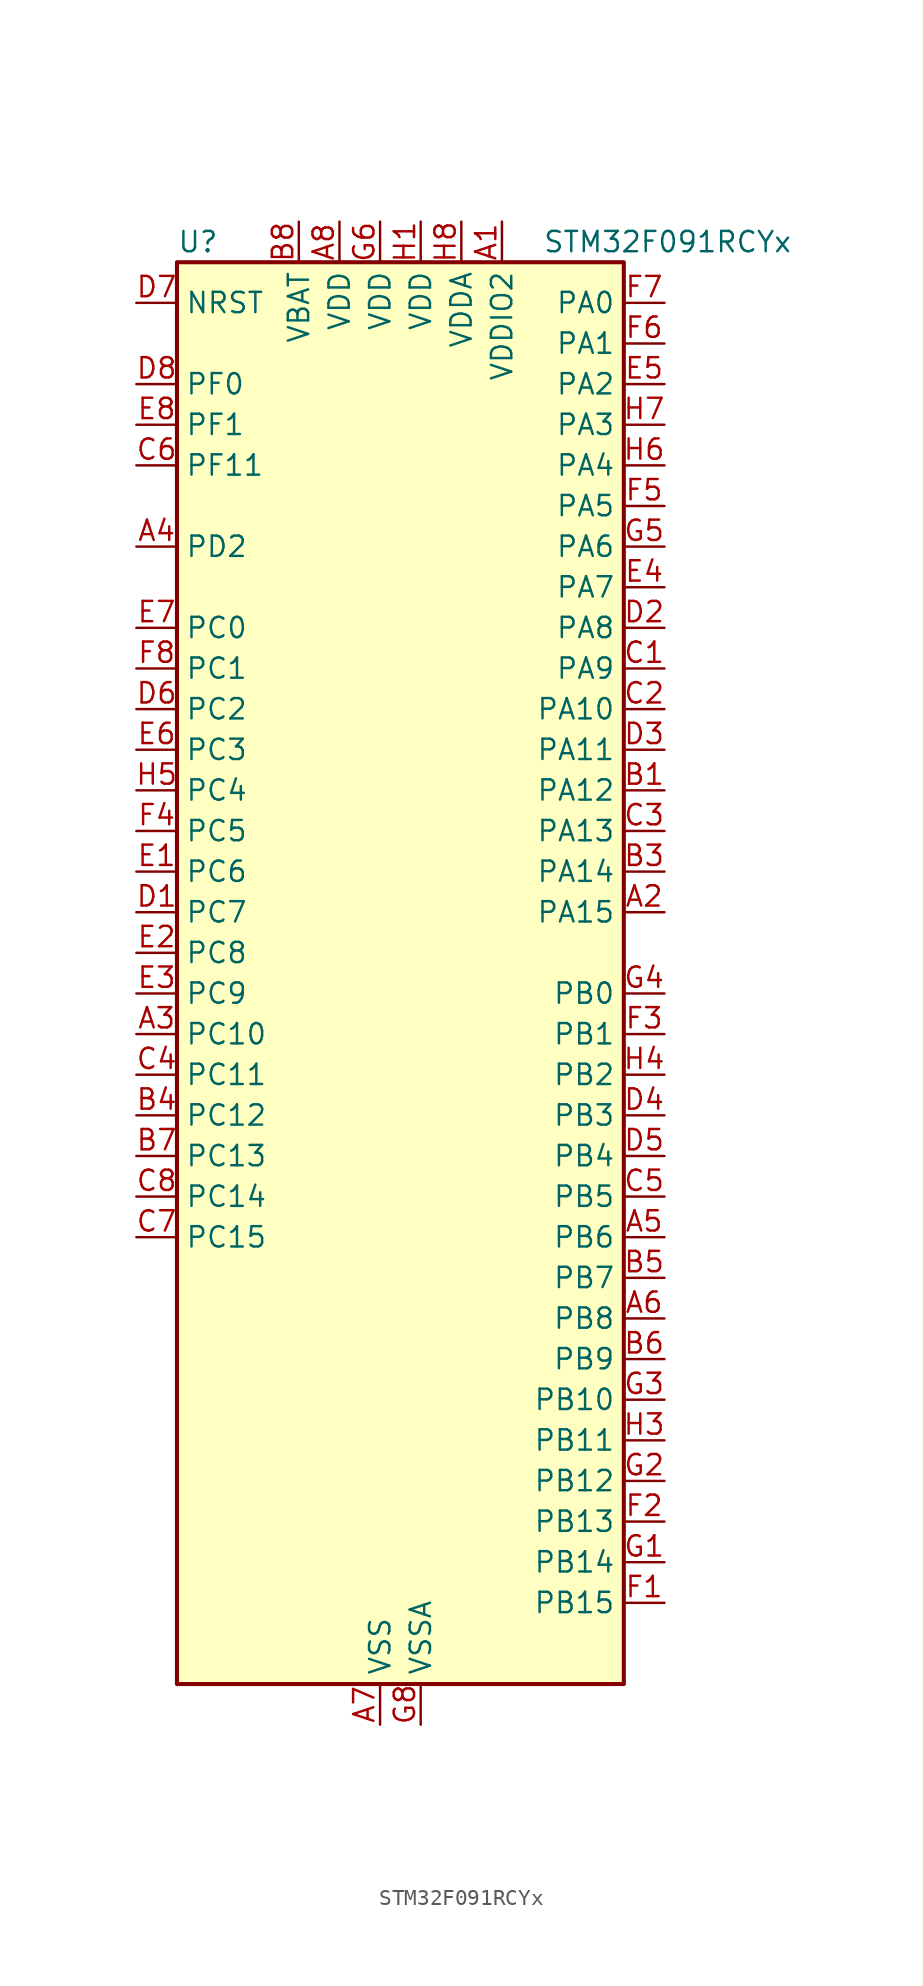
<source format=kicad_sym>
(kicad_symbol_lib
  (version 20231120)
  (generator "kicad_symbol_editor")
  (generator_version "8.0")
  (symbol "STM32F091RCYx"
    (property "Reference" "U"
      (at -12.7 46.99 0)
      (effects (font (size 1.27 1.27)) (justify left)))
    (property "Value" "STM32F091RCYx"
      (at 10.16 46.99 0)
      (effects (font (size 1.27 1.27)) (justify left)))
    (property "ki_locked" ""
      (at 0 0 0)
      (effects (font (size 1.27 1.27))))
    (symbol "STM32F091RCYx_0_1"
      (rectangle (start -12.7 -43.18) (end 15.24 45.72) (stroke (width 0.254) (type default)) (fill (type background))))
    (symbol "STM32F091RCYx_1_1"
      (pin power_in line (at 7.62 48.26 270) (length 2.54) (name "VDDIO2" (effects (font (size 1.27 1.27)))) (number "A1" (effects (font (size 1.27 1.27)))))
      (pin bidirectional line (at 17.78 5.08 180) (length 2.54) (name "PA15" (effects (font (size 1.27 1.27)))) (number "A2" (effects (font (size 1.27 1.27)))) (alternate "I2S1_WS" bidirectional line) (alternate "SPI1_NSS" bidirectional line) (alternate "TIM2_CH1" bidirectional line) (alternate "TIM2_ETR" bidirectional line) (alternate "USART2_RX" bidirectional line) (alternate "USART4_DE" bidirectional line) (alternate "USART4_RTS" bidirectional line))
      (pin bidirectional line (at -15.24 -2.54 0) (length 2.54) (name "PC10" (effects (font (size 1.27 1.27)))) (number "A3" (effects (font (size 1.27 1.27)))) (alternate "USART3_TX" bidirectional line) (alternate "USART4_TX" bidirectional line))
      (pin bidirectional line (at -15.24 27.94 0) (length 2.54) (name "PD2" (effects (font (size 1.27 1.27)))) (number "A4" (effects (font (size 1.27 1.27)))) (alternate "TIM3_ETR" bidirectional line) (alternate "USART3_DE" bidirectional line) (alternate "USART3_RTS" bidirectional line) (alternate "USART5_RX" bidirectional line))
      (pin bidirectional line (at 17.78 -15.24 180) (length 2.54) (name "PB6" (effects (font (size 1.27 1.27)))) (number "A5" (effects (font (size 1.27 1.27)))) (alternate "I2C1_SCL" bidirectional line) (alternate "TIM16_CH1N" bidirectional line) (alternate "TSC_G5_IO3" bidirectional line) (alternate "USART1_TX" bidirectional line))
      (pin bidirectional line (at 17.78 -20.32 180) (length 2.54) (name "PB8" (effects (font (size 1.27 1.27)))) (number "A6" (effects (font (size 1.27 1.27)))) (alternate "CAN_RX" bidirectional line) (alternate "CEC" bidirectional line) (alternate "I2C1_SCL" bidirectional line) (alternate "TIM16_CH1" bidirectional line) (alternate "TSC_SYNC" bidirectional line))
      (pin power_in line (at 0 -45.72 90) (length 2.54) (name "VSS" (effects (font (size 1.27 1.27)))) (number "A7" (effects (font (size 1.27 1.27)))))
      (pin power_in line (at -2.54 48.26 270) (length 2.54) (name "VDD" (effects (font (size 1.27 1.27)))) (number "A8" (effects (font (size 1.27 1.27)))))
      (pin bidirectional line (at 17.78 12.7 180) (length 2.54) (name "PA12" (effects (font (size 1.27 1.27)))) (number "B1" (effects (font (size 1.27 1.27)))) (alternate "CAN_TX" bidirectional line) (alternate "COMP2_OUT" bidirectional line) (alternate "I2C2_SDA" bidirectional line) (alternate "TIM1_ETR" bidirectional line) (alternate "TSC_G4_IO4" bidirectional line) (alternate "USART1_DE" bidirectional line) (alternate "USART1_RTS" bidirectional line))
      (pin passive line (at 0 -45.72 90) (length 2.54) hide (name "VSS" (effects (font (size 1.27 1.27)))) (number "B2" (effects (font (size 1.27 1.27)))))
      (pin bidirectional line (at 17.78 7.62 180) (length 2.54) (name "PA14" (effects (font (size 1.27 1.27)))) (number "B3" (effects (font (size 1.27 1.27)))) (alternate "SYS_SWCLK" bidirectional line) (alternate "USART2_TX" bidirectional line))
      (pin bidirectional line (at -15.24 -7.62 0) (length 2.54) (name "PC12" (effects (font (size 1.27 1.27)))) (number "B4" (effects (font (size 1.27 1.27)))) (alternate "USART3_CK" bidirectional line) (alternate "USART4_CK" bidirectional line) (alternate "USART5_TX" bidirectional line))
      (pin bidirectional line (at 17.78 -17.78 180) (length 2.54) (name "PB7" (effects (font (size 1.27 1.27)))) (number "B5" (effects (font (size 1.27 1.27)))) (alternate "I2C1_SDA" bidirectional line) (alternate "TIM17_CH1N" bidirectional line) (alternate "TSC_G5_IO4" bidirectional line) (alternate "USART1_RX" bidirectional line) (alternate "USART4_CTS" bidirectional line))
      (pin bidirectional line (at 17.78 -22.86 180) (length 2.54) (name "PB9" (effects (font (size 1.27 1.27)))) (number "B6" (effects (font (size 1.27 1.27)))) (alternate "CAN_TX" bidirectional line) (alternate "DAC_EXTI9" bidirectional line) (alternate "I2C1_SDA" bidirectional line) (alternate "I2S2_WS" bidirectional line) (alternate "IR_OUT" bidirectional line) (alternate "SPI2_NSS" bidirectional line) (alternate "TIM17_CH1" bidirectional line))
      (pin bidirectional line (at -15.24 -10.16 0) (length 2.54) (name "PC13" (effects (font (size 1.27 1.27)))) (number "B7" (effects (font (size 1.27 1.27)))) (alternate "RTC_OUT_ALARM" bidirectional line) (alternate "RTC_OUT_CALIB" bidirectional line) (alternate "RTC_TAMP1" bidirectional line) (alternate "RTC_TS" bidirectional line) (alternate "SYS_WKUP2" bidirectional line))
      (pin power_in line (at -5.08 48.26 270) (length 2.54) (name "VBAT" (effects (font (size 1.27 1.27)))) (number "B8" (effects (font (size 1.27 1.27)))))
      (pin bidirectional line (at 17.78 20.32 180) (length 2.54) (name "PA9" (effects (font (size 1.27 1.27)))) (number "C1" (effects (font (size 1.27 1.27)))) (alternate "DAC_EXTI9" bidirectional line) (alternate "I2C1_SCL" bidirectional line) (alternate "RCC_MCO" bidirectional line) (alternate "TIM15_BKIN" bidirectional line) (alternate "TIM1_CH2" bidirectional line) (alternate "TSC_G4_IO1" bidirectional line) (alternate "USART1_TX" bidirectional line))
      (pin bidirectional line (at 17.78 17.78 180) (length 2.54) (name "PA10" (effects (font (size 1.27 1.27)))) (number "C2" (effects (font (size 1.27 1.27)))) (alternate "I2C1_SDA" bidirectional line) (alternate "TIM17_BKIN" bidirectional line) (alternate "TIM1_CH3" bidirectional line) (alternate "TSC_G4_IO2" bidirectional line) (alternate "USART1_RX" bidirectional line))
      (pin bidirectional line (at 17.78 10.16 180) (length 2.54) (name "PA13" (effects (font (size 1.27 1.27)))) (number "C3" (effects (font (size 1.27 1.27)))) (alternate "IR_OUT" bidirectional line) (alternate "SYS_SWDIO" bidirectional line))
      (pin bidirectional line (at -15.24 -5.08 0) (length 2.54) (name "PC11" (effects (font (size 1.27 1.27)))) (number "C4" (effects (font (size 1.27 1.27)))) (alternate "USART3_RX" bidirectional line) (alternate "USART4_RX" bidirectional line))
      (pin bidirectional line (at 17.78 -12.7 180) (length 2.54) (name "PB5" (effects (font (size 1.27 1.27)))) (number "C5" (effects (font (size 1.27 1.27)))) (alternate "I2C1_SMBA" bidirectional line) (alternate "I2S1_SD" bidirectional line) (alternate "SPI1_MOSI" bidirectional line) (alternate "SYS_WKUP6" bidirectional line) (alternate "TIM16_BKIN" bidirectional line) (alternate "TIM3_CH2" bidirectional line) (alternate "USART5_CK" bidirectional line) (alternate "USART5_DE" bidirectional line) (alternate "USART5_RTS" bidirectional line))
      (pin bidirectional line (at -15.24 33.02 0) (length 2.54) (name "PF11" (effects (font (size 1.27 1.27)))) (number "C6" (effects (font (size 1.27 1.27)))))
      (pin bidirectional line (at -15.24 -15.24 0) (length 2.54) (name "PC15" (effects (font (size 1.27 1.27)))) (number "C7" (effects (font (size 1.27 1.27)))) (alternate "RCC_OSC32_OUT" bidirectional line))
      (pin bidirectional line (at -15.24 -12.7 0) (length 2.54) (name "PC14" (effects (font (size 1.27 1.27)))) (number "C8" (effects (font (size 1.27 1.27)))) (alternate "RCC_OSC32_IN" bidirectional line))
      (pin bidirectional line (at -15.24 5.08 0) (length 2.54) (name "PC7" (effects (font (size 1.27 1.27)))) (number "D1" (effects (font (size 1.27 1.27)))) (alternate "TIM3_CH2" bidirectional line) (alternate "USART7_RX" bidirectional line))
      (pin bidirectional line (at 17.78 22.86 180) (length 2.54) (name "PA8" (effects (font (size 1.27 1.27)))) (number "D2" (effects (font (size 1.27 1.27)))) (alternate "CRS_SYNC" bidirectional line) (alternate "RCC_MCO" bidirectional line) (alternate "TIM1_CH1" bidirectional line) (alternate "USART1_CK" bidirectional line))
      (pin bidirectional line (at 17.78 15.24 180) (length 2.54) (name "PA11" (effects (font (size 1.27 1.27)))) (number "D3" (effects (font (size 1.27 1.27)))) (alternate "CAN_RX" bidirectional line) (alternate "COMP1_OUT" bidirectional line) (alternate "I2C2_SCL" bidirectional line) (alternate "TIM1_CH4" bidirectional line) (alternate "TSC_G4_IO3" bidirectional line) (alternate "USART1_CTS" bidirectional line))
      (pin bidirectional line (at 17.78 -7.62 180) (length 2.54) (name "PB3" (effects (font (size 1.27 1.27)))) (number "D4" (effects (font (size 1.27 1.27)))) (alternate "I2S1_CK" bidirectional line) (alternate "SPI1_SCK" bidirectional line) (alternate "TIM2_CH2" bidirectional line) (alternate "TSC_G5_IO1" bidirectional line) (alternate "USART5_TX" bidirectional line))
      (pin bidirectional line (at 17.78 -10.16 180) (length 2.54) (name "PB4" (effects (font (size 1.27 1.27)))) (number "D5" (effects (font (size 1.27 1.27)))) (alternate "I2S1_MCK" bidirectional line) (alternate "SPI1_MISO" bidirectional line) (alternate "TIM17_BKIN" bidirectional line) (alternate "TIM3_CH1" bidirectional line) (alternate "TSC_G5_IO2" bidirectional line) (alternate "USART5_RX" bidirectional line))
      (pin bidirectional line (at -15.24 17.78 0) (length 2.54) (name "PC2" (effects (font (size 1.27 1.27)))) (number "D6" (effects (font (size 1.27 1.27)))) (alternate "ADC_IN12" bidirectional line) (alternate "I2S2_MCK" bidirectional line) (alternate "SPI2_MISO" bidirectional line) (alternate "USART8_TX" bidirectional line))
      (pin input line (at -15.24 43.18 0) (length 2.54) (name "NRST" (effects (font (size 1.27 1.27)))) (number "D7" (effects (font (size 1.27 1.27)))))
      (pin bidirectional line (at -15.24 38.1 0) (length 2.54) (name "PF0" (effects (font (size 1.27 1.27)))) (number "D8" (effects (font (size 1.27 1.27)))) (alternate "CRS_SYNC" bidirectional line) (alternate "I2C1_SDA" bidirectional line) (alternate "RCC_OSC_IN" bidirectional line))
      (pin bidirectional line (at -15.24 7.62 0) (length 2.54) (name "PC6" (effects (font (size 1.27 1.27)))) (number "E1" (effects (font (size 1.27 1.27)))) (alternate "TIM3_CH1" bidirectional line) (alternate "USART7_TX" bidirectional line))
      (pin bidirectional line (at -15.24 2.54 0) (length 2.54) (name "PC8" (effects (font (size 1.27 1.27)))) (number "E2" (effects (font (size 1.27 1.27)))) (alternate "TIM3_CH3" bidirectional line) (alternate "USART8_TX" bidirectional line))
      (pin bidirectional line (at -15.24 0 0) (length 2.54) (name "PC9" (effects (font (size 1.27 1.27)))) (number "E3" (effects (font (size 1.27 1.27)))) (alternate "DAC_EXTI9" bidirectional line) (alternate "TIM3_CH4" bidirectional line) (alternate "USART8_RX" bidirectional line))
      (pin bidirectional line (at 17.78 25.4 180) (length 2.54) (name "PA7" (effects (font (size 1.27 1.27)))) (number "E4" (effects (font (size 1.27 1.27)))) (alternate "ADC_IN7" bidirectional line) (alternate "COMP2_OUT" bidirectional line) (alternate "I2S1_SD" bidirectional line) (alternate "SPI1_MOSI" bidirectional line) (alternate "TIM14_CH1" bidirectional line) (alternate "TIM17_CH1" bidirectional line) (alternate "TIM1_CH1N" bidirectional line) (alternate "TIM3_CH2" bidirectional line) (alternate "TSC_G2_IO4" bidirectional line))
      (pin bidirectional line (at 17.78 38.1 180) (length 2.54) (name "PA2" (effects (font (size 1.27 1.27)))) (number "E5" (effects (font (size 1.27 1.27)))) (alternate "ADC_IN2" bidirectional line) (alternate "COMP2_INM" bidirectional line) (alternate "COMP2_OUT" bidirectional line) (alternate "SYS_WKUP4" bidirectional line) (alternate "TIM15_CH1" bidirectional line) (alternate "TIM2_CH3" bidirectional line) (alternate "TSC_G1_IO3" bidirectional line) (alternate "USART2_TX" bidirectional line))
      (pin bidirectional line (at -15.24 15.24 0) (length 2.54) (name "PC3" (effects (font (size 1.27 1.27)))) (number "E6" (effects (font (size 1.27 1.27)))) (alternate "ADC_IN13" bidirectional line) (alternate "I2S2_SD" bidirectional line) (alternate "SPI2_MOSI" bidirectional line) (alternate "USART8_RX" bidirectional line))
      (pin bidirectional line (at -15.24 22.86 0) (length 2.54) (name "PC0" (effects (font (size 1.27 1.27)))) (number "E7" (effects (font (size 1.27 1.27)))) (alternate "ADC_IN10" bidirectional line) (alternate "USART6_TX" bidirectional line) (alternate "USART7_TX" bidirectional line))
      (pin bidirectional line (at -15.24 35.56 0) (length 2.54) (name "PF1" (effects (font (size 1.27 1.27)))) (number "E8" (effects (font (size 1.27 1.27)))) (alternate "I2C1_SCL" bidirectional line) (alternate "RCC_OSC_OUT" bidirectional line))
      (pin bidirectional line (at 17.78 -38.1 180) (length 2.54) (name "PB15" (effects (font (size 1.27 1.27)))) (number "F1" (effects (font (size 1.27 1.27)))) (alternate "I2S2_SD" bidirectional line) (alternate "RTC_REFIN" bidirectional line) (alternate "SPI2_MOSI" bidirectional line) (alternate "SYS_WKUP7" bidirectional line) (alternate "TIM15_CH1N" bidirectional line) (alternate "TIM15_CH2" bidirectional line) (alternate "TIM1_CH3N" bidirectional line))
      (pin bidirectional line (at 17.78 -33.02 180) (length 2.54) (name "PB13" (effects (font (size 1.27 1.27)))) (number "F2" (effects (font (size 1.27 1.27)))) (alternate "I2C2_SCL" bidirectional line) (alternate "I2S2_CK" bidirectional line) (alternate "SPI2_SCK" bidirectional line) (alternate "TIM1_CH1N" bidirectional line) (alternate "TSC_G6_IO3" bidirectional line) (alternate "USART3_CTS" bidirectional line))
      (pin bidirectional line (at 17.78 -2.54 180) (length 2.54) (name "PB1" (effects (font (size 1.27 1.27)))) (number "F3" (effects (font (size 1.27 1.27)))) (alternate "ADC_IN9" bidirectional line) (alternate "TIM14_CH1" bidirectional line) (alternate "TIM1_CH3N" bidirectional line) (alternate "TIM3_CH4" bidirectional line) (alternate "TSC_G3_IO3" bidirectional line) (alternate "USART3_DE" bidirectional line) (alternate "USART3_RTS" bidirectional line))
      (pin bidirectional line (at -15.24 10.16 0) (length 2.54) (name "PC5" (effects (font (size 1.27 1.27)))) (number "F4" (effects (font (size 1.27 1.27)))) (alternate "ADC_IN15" bidirectional line) (alternate "SYS_WKUP5" bidirectional line) (alternate "TSC_G3_IO1" bidirectional line) (alternate "USART3_RX" bidirectional line))
      (pin bidirectional line (at 17.78 30.48 180) (length 2.54) (name "PA5" (effects (font (size 1.27 1.27)))) (number "F5" (effects (font (size 1.27 1.27)))) (alternate "ADC_IN5" bidirectional line) (alternate "CEC" bidirectional line) (alternate "COMP1_INM" bidirectional line) (alternate "COMP2_INM" bidirectional line) (alternate "DAC_OUT2" bidirectional line) (alternate "I2S1_CK" bidirectional line) (alternate "SPI1_SCK" bidirectional line) (alternate "TIM2_CH1" bidirectional line) (alternate "TIM2_ETR" bidirectional line) (alternate "TSC_G2_IO2" bidirectional line) (alternate "USART6_RX" bidirectional line))
      (pin bidirectional line (at 17.78 40.64 180) (length 2.54) (name "PA1" (effects (font (size 1.27 1.27)))) (number "F6" (effects (font (size 1.27 1.27)))) (alternate "ADC_IN1" bidirectional line) (alternate "COMP1_INP" bidirectional line) (alternate "TIM15_CH1N" bidirectional line) (alternate "TIM2_CH2" bidirectional line) (alternate "TSC_G1_IO2" bidirectional line) (alternate "USART2_DE" bidirectional line) (alternate "USART2_RTS" bidirectional line) (alternate "USART4_RX" bidirectional line))
      (pin bidirectional line (at 17.78 43.18 180) (length 2.54) (name "PA0" (effects (font (size 1.27 1.27)))) (number "F7" (effects (font (size 1.27 1.27)))) (alternate "ADC_IN0" bidirectional line) (alternate "COMP1_INM" bidirectional line) (alternate "COMP1_OUT" bidirectional line) (alternate "RTC_TAMP2" bidirectional line) (alternate "SYS_WKUP1" bidirectional line) (alternate "TIM2_CH1" bidirectional line) (alternate "TIM2_ETR" bidirectional line) (alternate "TSC_G1_IO1" bidirectional line) (alternate "USART2_CTS" bidirectional line) (alternate "USART4_TX" bidirectional line))
      (pin bidirectional line (at -15.24 20.32 0) (length 2.54) (name "PC1" (effects (font (size 1.27 1.27)))) (number "F8" (effects (font (size 1.27 1.27)))) (alternate "ADC_IN11" bidirectional line) (alternate "USART6_RX" bidirectional line) (alternate "USART7_RX" bidirectional line))
      (pin bidirectional line (at 17.78 -35.56 180) (length 2.54) (name "PB14" (effects (font (size 1.27 1.27)))) (number "G1" (effects (font (size 1.27 1.27)))) (alternate "I2C2_SDA" bidirectional line) (alternate "I2S2_MCK" bidirectional line) (alternate "SPI2_MISO" bidirectional line) (alternate "TIM15_CH1" bidirectional line) (alternate "TIM1_CH2N" bidirectional line) (alternate "TSC_G6_IO4" bidirectional line) (alternate "USART3_DE" bidirectional line) (alternate "USART3_RTS" bidirectional line))
      (pin bidirectional line (at 17.78 -30.48 180) (length 2.54) (name "PB12" (effects (font (size 1.27 1.27)))) (number "G2" (effects (font (size 1.27 1.27)))) (alternate "I2S2_WS" bidirectional line) (alternate "SPI2_NSS" bidirectional line) (alternate "TIM15_BKIN" bidirectional line) (alternate "TIM1_BKIN" bidirectional line) (alternate "TSC_G6_IO2" bidirectional line) (alternate "USART3_CK" bidirectional line))
      (pin bidirectional line (at 17.78 -25.4 180) (length 2.54) (name "PB10" (effects (font (size 1.27 1.27)))) (number "G3" (effects (font (size 1.27 1.27)))) (alternate "CEC" bidirectional line) (alternate "I2C2_SCL" bidirectional line) (alternate "I2S2_CK" bidirectional line) (alternate "SPI2_SCK" bidirectional line) (alternate "TIM2_CH3" bidirectional line) (alternate "TSC_SYNC" bidirectional line) (alternate "USART3_TX" bidirectional line))
      (pin bidirectional line (at 17.78 0 180) (length 2.54) (name "PB0" (effects (font (size 1.27 1.27)))) (number "G4" (effects (font (size 1.27 1.27)))) (alternate "ADC_IN8" bidirectional line) (alternate "TIM1_CH2N" bidirectional line) (alternate "TIM3_CH3" bidirectional line) (alternate "TSC_G3_IO2" bidirectional line) (alternate "USART3_CK" bidirectional line))
      (pin bidirectional line (at 17.78 27.94 180) (length 2.54) (name "PA6" (effects (font (size 1.27 1.27)))) (number "G5" (effects (font (size 1.27 1.27)))) (alternate "ADC_IN6" bidirectional line) (alternate "COMP1_OUT" bidirectional line) (alternate "I2S1_MCK" bidirectional line) (alternate "SPI1_MISO" bidirectional line) (alternate "TIM16_CH1" bidirectional line) (alternate "TIM1_BKIN" bidirectional line) (alternate "TIM3_CH1" bidirectional line) (alternate "TSC_G2_IO3" bidirectional line) (alternate "USART3_CTS" bidirectional line))
      (pin power_in line (at 0 48.26 270) (length 2.54) (name "VDD" (effects (font (size 1.27 1.27)))) (number "G6" (effects (font (size 1.27 1.27)))))
      (pin passive line (at 0 -45.72 90) (length 2.54) hide (name "VSS" (effects (font (size 1.27 1.27)))) (number "G7" (effects (font (size 1.27 1.27)))))
      (pin power_in line (at 2.54 -45.72 90) (length 2.54) (name "VSSA" (effects (font (size 1.27 1.27)))) (number "G8" (effects (font (size 1.27 1.27)))))
      (pin power_in line (at 2.54 48.26 270) (length 2.54) (name "VDD" (effects (font (size 1.27 1.27)))) (number "H1" (effects (font (size 1.27 1.27)))))
      (pin passive line (at 0 -45.72 90) (length 2.54) hide (name "VSS" (effects (font (size 1.27 1.27)))) (number "H2" (effects (font (size 1.27 1.27)))))
      (pin bidirectional line (at 17.78 -27.94 180) (length 2.54) (name "PB11" (effects (font (size 1.27 1.27)))) (number "H3" (effects (font (size 1.27 1.27)))) (alternate "I2C2_SDA" bidirectional line) (alternate "TIM2_CH4" bidirectional line) (alternate "TSC_G6_IO1" bidirectional line) (alternate "USART3_RX" bidirectional line))
      (pin bidirectional line (at 17.78 -5.08 180) (length 2.54) (name "PB2" (effects (font (size 1.27 1.27)))) (number "H4" (effects (font (size 1.27 1.27)))) (alternate "TSC_G3_IO4" bidirectional line))
      (pin bidirectional line (at -15.24 12.7 0) (length 2.54) (name "PC4" (effects (font (size 1.27 1.27)))) (number "H5" (effects (font (size 1.27 1.27)))) (alternate "ADC_IN14" bidirectional line) (alternate "USART3_TX" bidirectional line))
      (pin bidirectional line (at 17.78 33.02 180) (length 2.54) (name "PA4" (effects (font (size 1.27 1.27)))) (number "H6" (effects (font (size 1.27 1.27)))) (alternate "ADC_IN4" bidirectional line) (alternate "COMP1_INM" bidirectional line) (alternate "COMP2_INM" bidirectional line) (alternate "DAC_OUT1" bidirectional line) (alternate "I2S1_WS" bidirectional line) (alternate "SPI1_NSS" bidirectional line) (alternate "TIM14_CH1" bidirectional line) (alternate "TSC_G2_IO1" bidirectional line) (alternate "USART2_CK" bidirectional line) (alternate "USART6_TX" bidirectional line))
      (pin bidirectional line (at 17.78 35.56 180) (length 2.54) (name "PA3" (effects (font (size 1.27 1.27)))) (number "H7" (effects (font (size 1.27 1.27)))) (alternate "ADC_IN3" bidirectional line) (alternate "COMP2_INP" bidirectional line) (alternate "TIM15_CH2" bidirectional line) (alternate "TIM2_CH4" bidirectional line) (alternate "TSC_G1_IO4" bidirectional line) (alternate "USART2_RX" bidirectional line))
      (pin power_in line (at 5.08 48.26 270) (length 2.54) (name "VDDA" (effects (font (size 1.27 1.27)))) (number "H8" (effects (font (size 1.27 1.27))))))))
</source>
